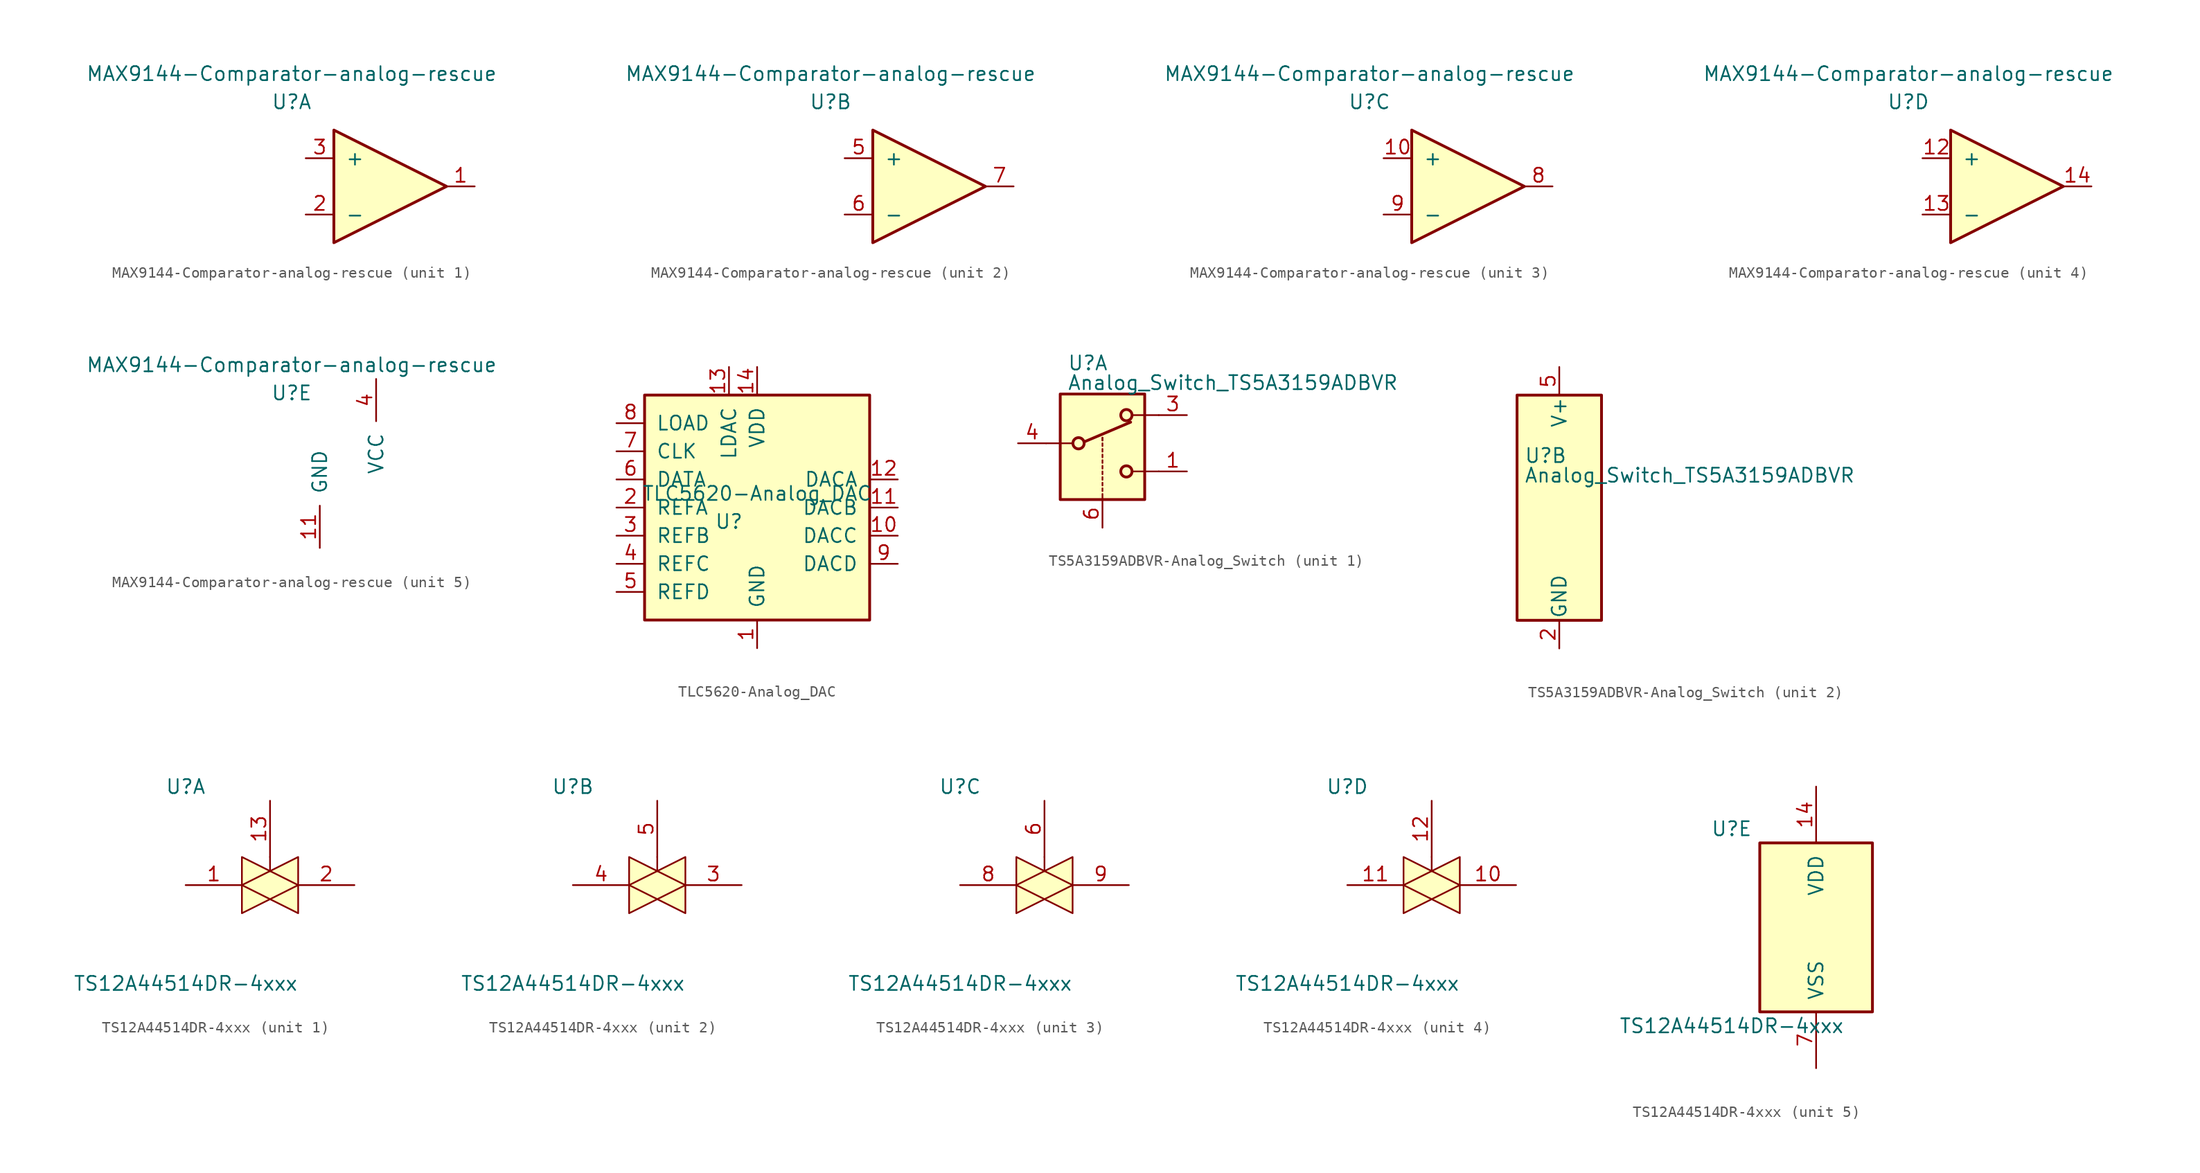
<source format=kicad_sym>
(kicad_symbol_lib
  (version 20220914)
  (generator kicad_symbol_editor)
  (symbol "MAX9144-Comparator-analog-rescue"
    (pin_names
      (offset 1.016))
    (property "Reference" "U"
      (at -7.62 7.62 0)
      (effects (font (size 1.27 1.27))))
    (property "Value" "MAX9144-Comparator-analog-rescue"
      (at -7.62 10.16 0)
      (effects (font (size 1.27 1.27))))
    (symbol "MAX9144-Comparator-analog-rescue_1_1"
      (polyline (pts (xy -3.81 5.08) (xy 6.35 0) (xy -3.81 -5.08) (xy -3.81 5.08)) (stroke (width 0.254) (type solid)) (fill (type background)))
      (pin output line (at 8.89 0 180) (length 2.54) (name "~" (effects (font (size 1.27 1.27)))) (number "1" (effects (font (size 1.27 1.27)))))
      (pin input line (at -6.35 -2.54 0) (length 2.54) (name "-" (effects (font (size 1.27 1.27)))) (number "2" (effects (font (size 1.27 1.27)))))
      (pin input line (at -6.35 2.54 0) (length 2.54) (name "+" (effects (font (size 1.27 1.27)))) (number "3" (effects (font (size 1.27 1.27))))))
    (symbol "MAX9144-Comparator-analog-rescue_2_1"
      (polyline (pts (xy -3.81 5.08) (xy 6.35 0) (xy -3.81 -5.08) (xy -3.81 5.08)) (stroke (width 0.254) (type solid)) (fill (type background)))
      (pin input line (at -6.35 2.54 0) (length 2.54) (name "+" (effects (font (size 1.27 1.27)))) (number "5" (effects (font (size 1.27 1.27)))))
      (pin input line (at -6.35 -2.54 0) (length 2.54) (name "-" (effects (font (size 1.27 1.27)))) (number "6" (effects (font (size 1.27 1.27)))))
      (pin output line (at 8.89 0 180) (length 2.54) (name "~" (effects (font (size 1.27 1.27)))) (number "7" (effects (font (size 1.27 1.27))))))
    (symbol "MAX9144-Comparator-analog-rescue_3_1"
      (polyline (pts (xy -3.81 5.08) (xy 6.35 0) (xy -3.81 -5.08) (xy -3.81 5.08)) (stroke (width 0.254) (type solid)) (fill (type background)))
      (pin input line (at -6.35 2.54 0) (length 2.54) (name "+" (effects (font (size 1.27 1.27)))) (number "10" (effects (font (size 1.27 1.27)))))
      (pin output line (at 8.89 0 180) (length 2.54) (name "~" (effects (font (size 1.27 1.27)))) (number "8" (effects (font (size 1.27 1.27)))))
      (pin input line (at -6.35 -2.54 0) (length 2.54) (name "-" (effects (font (size 1.27 1.27)))) (number "9" (effects (font (size 1.27 1.27))))))
    (symbol "MAX9144-Comparator-analog-rescue_4_1"
      (polyline (pts (xy -3.81 5.08) (xy 6.35 0) (xy -3.81 -5.08) (xy -3.81 5.08)) (stroke (width 0.254) (type solid)) (fill (type background)))
      (pin input line (at -6.35 2.54 0) (length 2.54) (name "+" (effects (font (size 1.27 1.27)))) (number "12" (effects (font (size 1.27 1.27)))))
      (pin input line (at -6.35 -2.54 0) (length 2.54) (name "-" (effects (font (size 1.27 1.27)))) (number "13" (effects (font (size 1.27 1.27)))))
      (pin output line (at 8.89 0 180) (length 2.54) (name "~" (effects (font (size 1.27 1.27)))) (number "14" (effects (font (size 1.27 1.27))))))
    (symbol "MAX9144-Comparator-analog-rescue_5_1"
      (pin power_in line (at -5.08 -6.35 90) (length 3.81) (name "GND" (effects (font (size 1.27 1.27)))) (number "11" (effects (font (size 1.27 1.27)))))
      (pin power_in line (at 0 8.89 270) (length 3.81) (name "VCC" (effects (font (size 1.27 1.27)))) (number "4" (effects (font (size 1.27 1.27)))))))
  (symbol "TLC5620-Analog_DAC"
    (pin_names
      (offset 1.016))
    (property "Reference" "U"
      (at -2.54 -1.27 0)
      (effects (font (size 1.27 1.27))))
    (property "Value" "TLC5620-Analog_DAC"
      (at 0 1.27 0)
      (effects (font (size 1.27 1.27))))
    (symbol "TLC5620-Analog_DAC_1_1"
      (rectangle (start -10.16 10.16) (end 10.16 -10.16) (stroke (width 0.254) (type solid)) (fill (type background)))
      (pin power_in line (at 0 -12.7 90) (length 2.54) (name "GND" (effects (font (size 1.27 1.27)))) (number "1" (effects (font (size 1.27 1.27)))))
      (pin output line (at 12.7 -2.54 180) (length 2.54) (name "DACC" (effects (font (size 1.27 1.27)))) (number "10" (effects (font (size 1.27 1.27)))))
      (pin output line (at 12.7 0 180) (length 2.54) (name "DACB" (effects (font (size 1.27 1.27)))) (number "11" (effects (font (size 1.27 1.27)))))
      (pin output line (at 12.7 2.54 180) (length 2.54) (name "DACA" (effects (font (size 1.27 1.27)))) (number "12" (effects (font (size 1.27 1.27)))))
      (pin input line (at -2.54 12.7 270) (length 2.54) (name "LDAC" (effects (font (size 1.27 1.27)))) (number "13" (effects (font (size 1.27 1.27)))))
      (pin power_in line (at 0 12.7 270) (length 2.54) (name "VDD" (effects (font (size 1.27 1.27)))) (number "14" (effects (font (size 1.27 1.27)))))
      (pin power_in line (at -12.7 0 0) (length 2.54) (name "REFA" (effects (font (size 1.27 1.27)))) (number "2" (effects (font (size 1.27 1.27)))))
      (pin power_in line (at -12.7 -2.54 0) (length 2.54) (name "REFB" (effects (font (size 1.27 1.27)))) (number "3" (effects (font (size 1.27 1.27)))))
      (pin power_in line (at -12.7 -5.08 0) (length 2.54) (name "REFC" (effects (font (size 1.27 1.27)))) (number "4" (effects (font (size 1.27 1.27)))))
      (pin power_in line (at -12.7 -7.62 0) (length 2.54) (name "REFD" (effects (font (size 1.27 1.27)))) (number "5" (effects (font (size 1.27 1.27)))))
      (pin input line (at -12.7 2.54 0) (length 2.54) (name "DATA" (effects (font (size 1.27 1.27)))) (number "6" (effects (font (size 1.27 1.27)))))
      (pin input line (at -12.7 5.08 0) (length 2.54) (name "CLK" (effects (font (size 1.27 1.27)))) (number "7" (effects (font (size 1.27 1.27)))))
      (pin input line (at -12.7 7.62 0) (length 2.54) (name "LOAD" (effects (font (size 1.27 1.27)))) (number "8" (effects (font (size 1.27 1.27)))))
      (pin output line (at 12.7 -5.08 180) (length 2.54) (name "DACD" (effects (font (size 1.27 1.27)))) (number "9" (effects (font (size 1.27 1.27)))))))
  (symbol "TS5A3159ADBVR-Analog_Switch"
    (pin_names
      (offset 0.127))
    (property "Reference" "U"
      (at -3.175 4.699 0)
      (effects (font (size 1.27 1.27)) (justify left)))
    (property "Value" "Analog_Switch_TS5A3159ADBVR"
      (at -3.175 2.921 0)
      (effects (font (size 1.27 1.27)) (justify left)))
    (symbol "TS5A3159ADBVR-Analog_Switch_1_1"
      (rectangle (start -3.81 1.905) (end 3.81 -7.62) (stroke (width 0.254) (type solid)) (fill (type background)))
      (circle (center -2.159 -2.54) (radius 0.508) (stroke (width 0.254) (type solid)) (fill (type none)))
      (polyline (pts (xy -5.08 -2.54) (xy -2.794 -2.54)) (stroke (width 0) (type solid)) (fill (type none)))
      (polyline (pts (xy -1.651 -2.413) (xy 2.54 -0.635)) (stroke (width 0.254) (type solid)) (fill (type none)))
      (polyline (pts (xy 0 -7.62) (xy 0 -7.112)) (stroke (width 0) (type solid)) (fill (type none)))
      (polyline (pts (xy 0 -6.858) (xy 0 -6.604)) (stroke (width 0) (type solid)) (fill (type none)))
      (polyline (pts (xy 0 -6.35) (xy 0 -6.096)) (stroke (width 0) (type solid)) (fill (type none)))
      (polyline (pts (xy 0 -5.842) (xy 0 -5.588)) (stroke (width 0) (type solid)) (fill (type none)))
      (polyline (pts (xy 0 -5.334) (xy 0 -5.08)) (stroke (width 0) (type solid)) (fill (type none)))
      (polyline (pts (xy 0 -4.826) (xy 0 -4.572)) (stroke (width 0) (type solid)) (fill (type none)))
      (polyline (pts (xy 0 -4.318) (xy 0 -4.064)) (stroke (width 0) (type solid)) (fill (type none)))
      (polyline (pts (xy 0 -3.81) (xy 0 -3.556)) (stroke (width 0) (type solid)) (fill (type none)))
      (polyline (pts (xy 0 -3.302) (xy 0 -3.048)) (stroke (width 0) (type solid)) (fill (type none)))
      (polyline (pts (xy 0 -2.794) (xy 0 -2.54)) (stroke (width 0) (type solid)) (fill (type none)))
      (polyline (pts (xy 0 -2.286) (xy 0 -2.032)) (stroke (width 0) (type solid)) (fill (type none)))
      (polyline (pts (xy 0 -2.286) (xy 0 -2.032)) (stroke (width 0) (type solid)) (fill (type none)))
      (polyline (pts (xy 5.08 -5.08) (xy 2.794 -5.08)) (stroke (width 0) (type solid)) (fill (type none)))
      (polyline (pts (xy 5.08 0) (xy 2.794 0)) (stroke (width 0) (type solid)) (fill (type none)))
      (circle (center 2.159 -5.08) (radius 0.508) (stroke (width 0.254) (type solid)) (fill (type none)))
      (circle (center 2.159 0) (radius 0.508) (stroke (width 0.254) (type solid)) (fill (type none)))
      (pin passive line (at 7.62 -5.08 180) (length 2.54) (name "~" (effects (font (size 1.27 1.27)))) (number "1" (effects (font (size 1.27 1.27)))))
      (pin passive line (at 7.62 0 180) (length 2.54) (name "~" (effects (font (size 1.27 1.27)))) (number "3" (effects (font (size 1.27 1.27)))))
      (pin passive line (at -7.62 -2.54 0) (length 2.54) (name "~" (effects (font (size 1.27 1.27)))) (number "4" (effects (font (size 1.27 1.27)))))
      (pin input line (at 0 -10.16 90) (length 2.54) (name "~" (effects (font (size 1.27 1.27)))) (number "6" (effects (font (size 1.27 1.27))))))
    (symbol "TS5A3159ADBVR-Analog_Switch_2_0"
      (pin power_in line (at 0 -12.7 90) (length 2.54) (name "GND" (effects (font (size 1.27 1.27)))) (number "2" (effects (font (size 1.27 1.27)))))
      (pin power_in line (at 0 12.7 270) (length 2.54) (name "V+" (effects (font (size 1.27 1.27)))) (number "5" (effects (font (size 1.27 1.27))))))
    (symbol "TS5A3159ADBVR-Analog_Switch_2_1"
      (rectangle (start -3.81 10.16) (end 3.81 -10.16) (stroke (width 0.254) (type solid)) (fill (type background)))))
  (symbol "TS12A44514DR-4xxx"
    (pin_names
      (offset 1.016))
    (property "Reference" "U"
      (at -7.62 8.89 0)
      (effects (font (size 1.27 1.27))))
    (property "Value" "TS12A44514DR-4xxx"
      (at -7.62 -8.89 0)
      (effects (font (size 1.27 1.27))))
    (property "ki_locked" ""
      (at 0 0 0)
      (effects (font (size 1.27 1.27))))
    (symbol "TS12A44514DR-4xxx_1_0"
      (polyline (pts (xy 0 1.27) (xy 0 2.54)) (stroke (width 0.152) (type solid)) (fill (type none)))
      (polyline (pts (xy -2.54 0) (xy 2.54 2.54) (xy 2.54 -2.54) (xy -2.54 0)) (stroke (width 0) (type solid)) (fill (type background)))
      (polyline (pts (xy -2.54 2.54) (xy 2.54 0) (xy -2.54 -2.54) (xy -2.54 2.54)) (stroke (width 0) (type solid)) (fill (type background)))
      (pin passive line (at -7.62 0 0) (length 5.08) (name "~" (effects (font (size 1.27 1.27)))) (number "1" (effects (font (size 1.27 1.27)))))
      (pin input line (at 0 7.62 270) (length 5.08) (name "~" (effects (font (size 1.27 1.27)))) (number "13" (effects (font (size 1.27 1.27)))))
      (pin passive line (at 7.62 0 180) (length 5.08) (name "~" (effects (font (size 1.27 1.27)))) (number "2" (effects (font (size 1.27 1.27))))))
    (symbol "TS12A44514DR-4xxx_2_0"
      (polyline (pts (xy 0 1.27) (xy 0 2.54)) (stroke (width 0.152) (type solid)) (fill (type none)))
      (polyline (pts (xy -2.54 0) (xy 2.54 2.54) (xy 2.54 -2.54) (xy -2.54 0)) (stroke (width 0) (type solid)) (fill (type background)))
      (polyline (pts (xy -2.54 2.54) (xy 2.54 0) (xy -2.54 -2.54) (xy -2.54 2.54)) (stroke (width 0) (type solid)) (fill (type background)))
      (pin passive line (at 7.62 0 180) (length 5.08) (name "~" (effects (font (size 1.27 1.27)))) (number "3" (effects (font (size 1.27 1.27)))))
      (pin passive line (at -7.62 0 0) (length 5.08) (name "~" (effects (font (size 1.27 1.27)))) (number "4" (effects (font (size 1.27 1.27)))))
      (pin input line (at 0 7.62 270) (length 5.08) (name "~" (effects (font (size 1.27 1.27)))) (number "5" (effects (font (size 1.27 1.27))))))
    (symbol "TS12A44514DR-4xxx_3_0"
      (polyline (pts (xy 0 1.27) (xy 0 2.54)) (stroke (width 0.152) (type solid)) (fill (type none)))
      (polyline (pts (xy -2.54 0) (xy 2.54 2.54) (xy 2.54 -2.54) (xy -2.54 0)) (stroke (width 0) (type solid)) (fill (type background)))
      (polyline (pts (xy -2.54 2.54) (xy 2.54 0) (xy -2.54 -2.54) (xy -2.54 2.54)) (stroke (width 0) (type solid)) (fill (type background)))
      (pin input line (at 0 7.62 270) (length 5.08) (name "~" (effects (font (size 1.27 1.27)))) (number "6" (effects (font (size 1.27 1.27)))))
      (pin passive line (at -7.62 0 0) (length 5.08) (name "~" (effects (font (size 1.27 1.27)))) (number "8" (effects (font (size 1.27 1.27)))))
      (pin passive line (at 7.62 0 180) (length 5.08) (name "~" (effects (font (size 1.27 1.27)))) (number "9" (effects (font (size 1.27 1.27))))))
    (symbol "TS12A44514DR-4xxx_4_0"
      (polyline (pts (xy 0 1.27) (xy 0 2.54)) (stroke (width 0.152) (type solid)) (fill (type none)))
      (polyline (pts (xy -2.54 0) (xy 2.54 2.54) (xy 2.54 -2.54) (xy -2.54 0)) (stroke (width 0) (type solid)) (fill (type background)))
      (polyline (pts (xy -2.54 2.54) (xy 2.54 0) (xy -2.54 -2.54) (xy -2.54 2.54)) (stroke (width 0) (type solid)) (fill (type background)))
      (pin passive line (at 7.62 0 180) (length 5.08) (name "~" (effects (font (size 1.27 1.27)))) (number "10" (effects (font (size 1.27 1.27)))))
      (pin passive line (at -7.62 0 0) (length 5.08) (name "~" (effects (font (size 1.27 1.27)))) (number "11" (effects (font (size 1.27 1.27)))))
      (pin input line (at 0 7.62 270) (length 5.08) (name "~" (effects (font (size 1.27 1.27)))) (number "12" (effects (font (size 1.27 1.27))))))
    (symbol "TS12A44514DR-4xxx_5_0"
      (pin power_in line (at 0 12.7 270) (length 5.08) (name "VDD" (effects (font (size 1.27 1.27)))) (number "14" (effects (font (size 1.27 1.27)))))
      (pin power_in line (at 0 -12.7 90) (length 5.08) (name "VSS" (effects (font (size 1.27 1.27)))) (number "7" (effects (font (size 1.27 1.27))))))
    (symbol "TS12A44514DR-4xxx_5_1"
      (rectangle (start -5.08 7.62) (end 5.08 -7.62) (stroke (width 0.254) (type solid)) (fill (type background))))))
</source>
